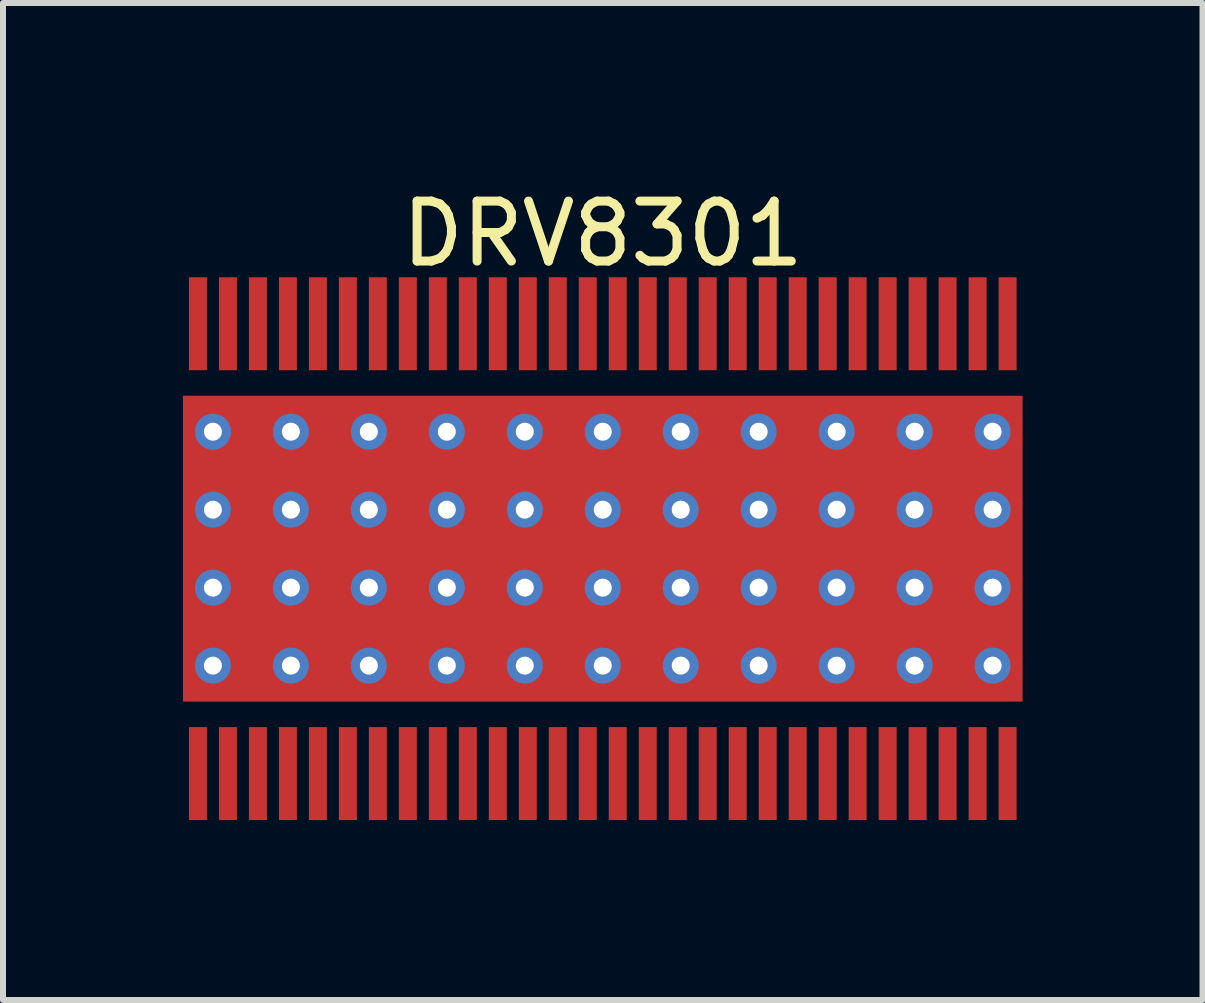
<source format=kicad_pcb>
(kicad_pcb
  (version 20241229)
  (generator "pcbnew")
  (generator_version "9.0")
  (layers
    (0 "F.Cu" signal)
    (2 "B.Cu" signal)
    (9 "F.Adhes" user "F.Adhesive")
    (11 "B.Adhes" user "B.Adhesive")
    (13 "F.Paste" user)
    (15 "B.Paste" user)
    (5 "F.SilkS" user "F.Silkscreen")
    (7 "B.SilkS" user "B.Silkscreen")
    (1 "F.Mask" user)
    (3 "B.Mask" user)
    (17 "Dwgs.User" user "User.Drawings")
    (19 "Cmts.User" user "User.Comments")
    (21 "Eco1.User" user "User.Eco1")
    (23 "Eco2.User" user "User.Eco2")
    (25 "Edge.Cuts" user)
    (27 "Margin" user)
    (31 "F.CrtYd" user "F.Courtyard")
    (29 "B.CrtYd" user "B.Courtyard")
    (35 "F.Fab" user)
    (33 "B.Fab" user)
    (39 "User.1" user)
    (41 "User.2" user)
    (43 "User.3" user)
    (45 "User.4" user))
  (footprint "DRV8301"
    (layer "F.Cu")
    (at 7 6.098)
    (property "Reference" "DRV8301" (at 0 -5.25 0) (layer "F.SilkS") (effects (font (size 1 1) (thickness 0.15))))
    (attr through_hole)
    (pad "" smd rect (at -1.6 -0.9) (size 2.7 1.4) (layers "F.Paste"))
    (pad "" smd rect (at -1.6 0.9) (size 2.7 1.4) (layers "F.Paste"))
    (pad "" smd rect (at 0 0) (size 6.35 3.61) (layers "F.Mask"))
    (pad "" smd rect (at 1.6 -0.9) (size 2.7 1.4) (layers "F.Paste"))
    (pad "" smd rect (at 1.6 0.9) (size 2.7 1.4) (layers "F.Paste"))
    (pad "1" smd rect (at -6.75 3.75) (size 0.3 1.55) (layers "F.Cu" "F.Mask" "F.Paste"))
    (pad "2" smd rect (at -6.25 3.75) (size 0.3 1.55) (layers "F.Cu" "F.Mask" "F.Paste"))
    (pad "3" smd rect (at -5.75 3.75) (size 0.3 1.55) (layers "F.Cu" "F.Mask" "F.Paste"))
    (pad "4" smd rect (at -5.25 3.75) (size 0.3 1.55) (layers "F.Cu" "F.Mask" "F.Paste"))
    (pad "5" smd rect (at -4.75 3.75) (size 0.3 1.55) (layers "F.Cu" "F.Mask" "F.Paste"))
    (pad "6" smd rect (at -4.25 3.75) (size 0.3 1.55) (layers "F.Cu" "F.Mask" "F.Paste"))
    (pad "7" smd rect (at -3.75 3.75) (size 0.3 1.55) (layers "F.Cu" "F.Mask" "F.Paste"))
    (pad "8" smd rect (at -3.25 3.75) (size 0.3 1.55) (layers "F.Cu" "F.Mask" "F.Paste"))
    (pad "9" smd rect (at -2.75 3.75) (size 0.3 1.55) (layers "F.Cu" "F.Mask" "F.Paste"))
    (pad "10" smd rect (at -2.25 3.75) (size 0.3 1.55) (layers "F.Cu" "F.Mask" "F.Paste"))
    (pad "11" smd rect (at -1.75 3.75) (size 0.3 1.55) (layers "F.Cu" "F.Mask" "F.Paste"))
    (pad "12" smd rect (at -1.25 3.75) (size 0.3 1.55) (layers "F.Cu" "F.Mask" "F.Paste"))
    (pad "13" smd rect (at -0.75 3.75) (size 0.3 1.55) (layers "F.Cu" "F.Mask" "F.Paste"))
    (pad "14" smd rect (at -0.25 3.75) (size 0.3 1.55) (layers "F.Cu" "F.Mask" "F.Paste"))
    (pad "15" smd rect (at 0.25 3.75) (size 0.3 1.55) (layers "F.Cu" "F.Mask" "F.Paste"))
    (pad "16" smd rect (at 0.75 3.75) (size 0.3 1.55) (layers "F.Cu" "F.Mask" "F.Paste"))
    (pad "17" smd rect (at 1.25 3.75) (size 0.3 1.55) (layers "F.Cu" "F.Mask" "F.Paste"))
    (pad "18" smd rect (at 1.75 3.75) (size 0.3 1.55) (layers "F.Cu" "F.Mask" "F.Paste"))
    (pad "19" smd rect (at 2.25 3.75) (size 0.3 1.55) (layers "F.Cu" "F.Mask" "F.Paste"))
    (pad "20" smd rect (at 2.75 3.75) (size 0.3 1.55) (layers "F.Cu" "F.Mask" "F.Paste"))
    (pad "21" smd rect (at 3.25 3.75) (size 0.3 1.55) (layers "F.Cu" "F.Mask" "F.Paste"))
    (pad "22" smd rect (at 3.75 3.75) (size 0.3 1.55) (layers "F.Cu" "F.Mask" "F.Paste"))
    (pad "23" smd rect (at 4.25 3.75) (size 0.3 1.55) (layers "F.Cu" "F.Mask" "F.Paste"))
    (pad "24" smd rect (at 4.75 3.75) (size 0.3 1.55) (layers "F.Cu" "F.Mask" "F.Paste"))
    (pad "25" smd rect (at 5.25 3.75) (size 0.3 1.55) (layers "F.Cu" "F.Mask" "F.Paste"))
    (pad "26" smd rect (at 5.75 3.75) (size 0.3 1.55) (layers "F.Cu" "F.Mask" "F.Paste"))
    (pad "27" smd rect (at 6.25 3.75) (size 0.3 1.55) (layers "F.Cu" "F.Mask" "F.Paste"))
    (pad "28" smd rect (at 6.75 3.75) (size 0.3 1.55) (layers "F.Cu" "F.Mask" "F.Paste"))
    (pad "29" smd rect (at 6.75 -3.75) (size 0.3 1.55) (layers "F.Cu" "F.Mask" "F.Paste"))
    (pad "30" smd rect (at 6.25 -3.75) (size 0.3 1.55) (layers "F.Cu" "F.Mask" "F.Paste"))
    (pad "31" smd rect (at 5.75 -3.75) (size 0.3 1.55) (layers "F.Cu" "F.Mask" "F.Paste"))
    (pad "32" smd rect (at 5.25 -3.75) (size 0.3 1.55) (layers "F.Cu" "F.Mask" "F.Paste"))
    (pad "33" smd rect (at 4.75 -3.75) (size 0.3 1.55) (layers "F.Cu" "F.Mask" "F.Paste"))
    (pad "34" smd rect (at 4.25 -3.75) (size 0.3 1.55) (layers "F.Cu" "F.Mask" "F.Paste"))
    (pad "35" smd rect (at 3.75 -3.75) (size 0.3 1.55) (layers "F.Cu" "F.Mask" "F.Paste"))
    (pad "36" smd rect (at 3.25 -3.75) (size 0.3 1.55) (layers "F.Cu" "F.Mask" "F.Paste"))
    (pad "37" smd rect (at 2.75 -3.75) (size 0.3 1.55) (layers "F.Cu" "F.Mask" "F.Paste"))
    (pad "38" smd rect (at 2.25 -3.75) (size 0.3 1.55) (layers "F.Cu" "F.Mask" "F.Paste"))
    (pad "39" smd rect (at 1.75 -3.75) (size 0.3 1.55) (layers "F.Cu" "F.Mask" "F.Paste"))
    (pad "40" smd rect (at 1.25 -3.75) (size 0.3 1.55) (layers "F.Cu" "F.Mask" "F.Paste"))
    (pad "41" smd rect (at 0.75 -3.75) (size 0.3 1.55) (layers "F.Cu" "F.Mask" "F.Paste"))
    (pad "42" smd rect (at 0.25 -3.75) (size 0.3 1.55) (layers "F.Cu" "F.Mask" "F.Paste"))
    (pad "43" smd rect (at -0.25 -3.75) (size 0.3 1.55) (layers "F.Cu" "F.Mask" "F.Paste"))
    (pad "44" smd rect (at -0.75 -3.75) (size 0.3 1.55) (layers "F.Cu" "F.Mask" "F.Paste"))
    (pad "45" smd rect (at -1.25 -3.75) (size 0.3 1.55) (layers "F.Cu" "F.Mask" "F.Paste"))
    (pad "46" smd rect (at -1.75 -3.75) (size 0.3 1.55) (layers "F.Cu" "F.Mask" "F.Paste"))
    (pad "47" smd rect (at -2.25 -3.75) (size 0.3 1.55) (layers "F.Cu" "F.Mask" "F.Paste"))
    (pad "48" smd rect (at -2.75 -3.75) (size 0.3 1.55) (layers "F.Cu" "F.Mask" "F.Paste"))
    (pad "49" smd rect (at -3.25 -3.75) (size 0.3 1.55) (layers "F.Cu" "F.Mask" "F.Paste"))
    (pad "50" smd rect (at -3.75 -3.75) (size 0.3 1.55) (layers "F.Cu" "F.Mask" "F.Paste"))
    (pad "51" smd rect (at -4.25 -3.75) (size 0.3 1.55) (layers "F.Cu" "F.Mask" "F.Paste"))
    (pad "52" smd rect (at -4.75 -3.75) (size 0.3 1.55) (layers "F.Cu" "F.Mask" "F.Paste"))
    (pad "53" smd rect (at -5.25 -3.75) (size 0.3 1.55) (layers "F.Cu" "F.Mask" "F.Paste"))
    (pad "54" smd rect (at -5.75 -3.75) (size 0.3 1.55) (layers "F.Cu" "F.Mask" "F.Paste"))
    (pad "55" smd rect (at -6.25 -3.75) (size 0.3 1.55) (layers "F.Cu" "F.Mask" "F.Paste"))
    (pad "56" smd rect (at -6.75 -3.75) (size 0.3 1.55) (layers "F.Cu" "F.Mask" "F.Paste"))
    (pad "57" thru_hole circle (at -6.5 -1.95) (size 0.6 0.6) (drill 0.3) (layers "*.Cu"))
    (pad "57" thru_hole circle (at -6.5 -0.65) (size 0.6 0.6) (drill 0.3) (layers "*.Cu"))
    (pad "57" thru_hole circle (at -6.5 0.65) (size 0.6 0.6) (drill 0.3) (layers "*.Cu"))
    (pad "57" thru_hole circle (at -6.5 1.95) (size 0.6 0.6) (drill 0.3) (layers "*.Cu"))
    (pad "57" thru_hole circle (at -5.2 -1.95) (size 0.6 0.6) (drill 0.3) (layers "*.Cu"))
    (pad "57" thru_hole circle (at -5.2 -0.65) (size 0.6 0.6) (drill 0.3) (layers "*.Cu"))
    (pad "57" thru_hole circle (at -5.2 0.65) (size 0.6 0.6) (drill 0.3) (layers "*.Cu"))
    (pad "57" thru_hole circle (at -5.2 1.95) (size 0.6 0.6) (drill 0.3) (layers "*.Cu"))
    (pad "57" thru_hole circle (at -3.9 -1.95) (size 0.6 0.6) (drill 0.3) (layers "*.Cu"))
    (pad "57" thru_hole circle (at -3.9 -0.65) (size 0.6 0.6) (drill 0.3) (layers "*.Cu"))
    (pad "57" thru_hole circle (at -3.9 0.65) (size 0.6 0.6) (drill 0.3) (layers "*.Cu"))
    (pad "57" thru_hole circle (at -3.9 1.95) (size 0.6 0.6) (drill 0.3) (layers "*.Cu"))
    (pad "57" thru_hole circle (at -2.6 -1.95) (size 0.6 0.6) (drill 0.3) (layers "*.Cu"))
    (pad "57" thru_hole circle (at -2.6 -0.65) (size 0.6 0.6) (drill 0.3) (layers "*.Cu"))
    (pad "57" thru_hole circle (at -2.6 0.65) (size 0.6 0.6) (drill 0.3) (layers "*.Cu"))
    (pad "57" thru_hole circle (at -2.6 1.95) (size 0.6 0.6) (drill 0.3) (layers "*.Cu"))
    (pad "57" thru_hole circle (at -1.3 -1.95) (size 0.6 0.6) (drill 0.3) (layers "*.Cu"))
    (pad "57" thru_hole circle (at -1.3 -0.65) (size 0.6 0.6) (drill 0.3) (layers "*.Cu"))
    (pad "57" thru_hole circle (at -1.3 0.65) (size 0.6 0.6) (drill 0.3) (layers "*.Cu"))
    (pad "57" thru_hole circle (at -1.3 1.95) (size 0.6 0.6) (drill 0.3) (layers "*.Cu"))
    (pad "57" thru_hole circle (at 0 -1.95) (size 0.6 0.6) (drill 0.3) (layers "*.Cu"))
    (pad "57" thru_hole circle (at 0 -0.65) (size 0.6 0.6) (drill 0.3) (layers "*.Cu"))
    (pad "57" smd rect (at 0 0) (size 14 5.1) (layers "F.Cu"))
    (pad "57" thru_hole circle (at 0 0.65) (size 0.6 0.6) (drill 0.3) (layers "*.Cu"))
    (pad "57" thru_hole circle (at 0 1.95) (size 0.6 0.6) (drill 0.3) (layers "*.Cu"))
    (pad "57" thru_hole circle (at 1.3 -1.95) (size 0.6 0.6) (drill 0.3) (layers "*.Cu"))
    (pad "57" thru_hole circle (at 1.3 -0.65) (size 0.6 0.6) (drill 0.3) (layers "*.Cu"))
    (pad "57" thru_hole circle (at 1.3 0.65) (size 0.6 0.6) (drill 0.3) (layers "*.Cu"))
    (pad "57" thru_hole circle (at 1.3 1.95) (size 0.6 0.6) (drill 0.3) (layers "*.Cu"))
    (pad "57" thru_hole circle (at 2.6 -1.95) (size 0.6 0.6) (drill 0.3) (layers "*.Cu"))
    (pad "57" thru_hole circle (at 2.6 -0.65) (size 0.6 0.6) (drill 0.3) (layers "*.Cu"))
    (pad "57" thru_hole circle (at 2.6 0.65) (size 0.6 0.6) (drill 0.3) (layers "*.Cu"))
    (pad "57" thru_hole circle (at 2.6 1.95) (size 0.6 0.6) (drill 0.3) (layers "*.Cu"))
    (pad "57" thru_hole circle (at 3.9 -1.95) (size 0.6 0.6) (drill 0.3) (layers "*.Cu"))
    (pad "57" thru_hole circle (at 3.9 -0.65) (size 0.6 0.6) (drill 0.3) (layers "*.Cu"))
    (pad "57" thru_hole circle (at 3.9 0.65) (size 0.6 0.6) (drill 0.3) (layers "*.Cu"))
    (pad "57" thru_hole circle (at 3.9 1.95) (size 0.6 0.6) (drill 0.3) (layers "*.Cu"))
    (pad "57" thru_hole circle (at 5.2 -1.95) (size 0.6 0.6) (drill 0.3) (layers "*.Cu"))
    (pad "57" thru_hole circle (at 5.2 -0.65) (size 0.6 0.6) (drill 0.3) (layers "*.Cu"))
    (pad "57" thru_hole circle (at 5.2 0.65) (size 0.6 0.6) (drill 0.3) (layers "*.Cu"))
    (pad "57" thru_hole circle (at 5.2 1.95) (size 0.6 0.6) (drill 0.3) (layers "*.Cu"))
    (pad "57" thru_hole circle (at 6.5 -1.95) (size 0.6 0.6) (drill 0.3) (layers "*.Cu"))
    (pad "57" thru_hole circle (at 6.5 -0.65) (size 0.6 0.6) (drill 0.3) (layers "*.Cu"))
    (pad "57" thru_hole circle (at 6.5 0.65) (size 0.6 0.6) (drill 0.3) (layers "*.Cu"))
    (pad "57" thru_hole circle (at 6.5 1.95) (size 0.6 0.6) (drill 0.3) (layers "*.Cu")))
  (gr_rect
    (start -3 -3)
    (end 17 13.623)
    (stroke (width 0.1) (type default))
    (fill no)
    (layer "Edge.Cuts")))
</source>
